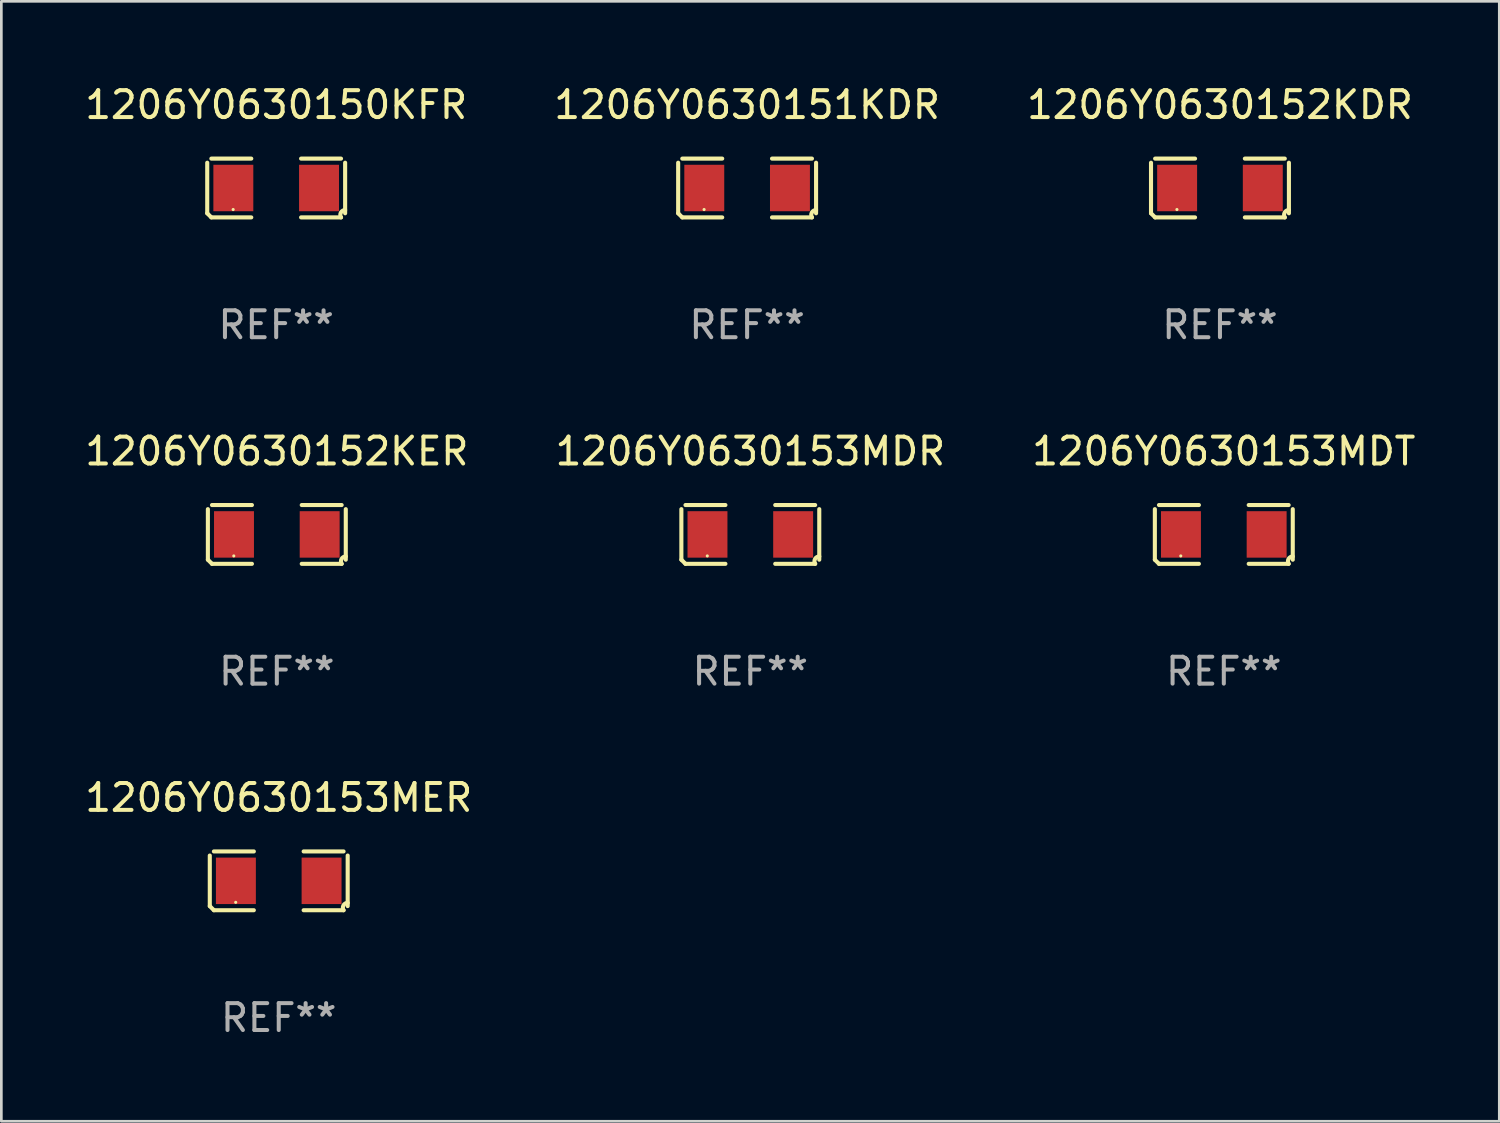
<source format=kicad_pcb>
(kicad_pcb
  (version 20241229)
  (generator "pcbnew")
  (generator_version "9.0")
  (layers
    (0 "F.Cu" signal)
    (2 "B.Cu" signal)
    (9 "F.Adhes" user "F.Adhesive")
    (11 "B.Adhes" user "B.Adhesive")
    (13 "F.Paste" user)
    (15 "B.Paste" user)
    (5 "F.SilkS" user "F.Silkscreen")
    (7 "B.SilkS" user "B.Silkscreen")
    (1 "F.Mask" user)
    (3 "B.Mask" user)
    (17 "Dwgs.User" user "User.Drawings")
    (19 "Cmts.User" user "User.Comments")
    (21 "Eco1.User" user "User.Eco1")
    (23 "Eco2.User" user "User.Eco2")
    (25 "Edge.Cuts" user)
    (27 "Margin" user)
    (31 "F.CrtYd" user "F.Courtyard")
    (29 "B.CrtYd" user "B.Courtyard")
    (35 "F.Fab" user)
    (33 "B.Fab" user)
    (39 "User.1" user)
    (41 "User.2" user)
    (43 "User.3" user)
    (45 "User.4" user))
  (footprint "1206Y0630152KDR"
    (layer "F.Cu")
    (at 42.315 3.941)
    (property "Reference" "1206Y0630152KDR" (at 0 -3.093 0) (layer "F.SilkS") (effects (font (size 1 1) (thickness 0.15))))
    (attr through_hole)
    (fp_line (start -2.564 0.94) (end -2.564 -0.94) (stroke (width 0.152) (type solid)) (layer "F.SilkS"))
    (fp_line (start -2.411 -1.093) (end -0.926 -1.093) (stroke (width 0.152) (type solid)) (layer "F.SilkS"))
    (fp_line (start -0.926 1.093) (end -2.411 1.093) (stroke (width 0.152) (type solid)) (layer "F.SilkS"))
    (fp_line (start 0.926 1.093) (end 2.411 1.093) (stroke (width 0.152) (type solid)) (layer "F.SilkS"))
    (fp_line (start 2.411 -1.093) (end 0.926 -1.093) (stroke (width 0.152) (type solid)) (layer "F.SilkS"))
    (fp_line (start 2.564 0.94) (end 2.564 -0.94) (stroke (width 0.152) (type solid)) (layer "F.SilkS"))
    (fp_arc (start -2.411201 1.092609) (mid -2.487413 1.01642) (end -2.563602 0.940208) (stroke (width 0.1524) (type solid)) (layer "F.SilkS"))
    (fp_arc (start 2.411201 1.092609) (mid 2.407159 0.911226) (end 2.563602 0.819347) (stroke (width 0.1524) (type solid)) (layer "F.SilkS"))
    (fp_circle (center -1.6 0.8) (end -1.57 0.8) (stroke (width 0.06) (type solid)) (fill no) (layer "F.SilkS"))
    (fp_text user "REF**" (at 0 5.093 0) (layer "F.Fab") (effects (font (size 1 1) (thickness 0.15))))
    (pad "1" smd rect (at -1.593 0) (size 1.485 1.728) (layers "F.Cu" "F.Mask" "F.Paste"))
    (pad "2" smd rect (at 1.593 0) (size 1.485 1.728) (layers "F.Cu" "F.Mask" "F.Paste")))
  (footprint "1206Y0630151KDR"
    (layer "F.Cu")
    (at 24.732 3.941)
    (property "Reference" "1206Y0630151KDR" (at 0 -3.093 0) (layer "F.SilkS") (effects (font (size 1 1) (thickness 0.15))))
    (attr through_hole)
    (fp_line (start -2.564 0.94) (end -2.564 -0.94) (stroke (width 0.152) (type solid)) (layer "F.SilkS"))
    (fp_line (start -2.411 -1.093) (end -0.926 -1.093) (stroke (width 0.152) (type solid)) (layer "F.SilkS"))
    (fp_line (start -0.926 1.093) (end -2.411 1.093) (stroke (width 0.152) (type solid)) (layer "F.SilkS"))
    (fp_line (start 0.926 1.093) (end 2.411 1.093) (stroke (width 0.152) (type solid)) (layer "F.SilkS"))
    (fp_line (start 2.411 -1.093) (end 0.926 -1.093) (stroke (width 0.152) (type solid)) (layer "F.SilkS"))
    (fp_line (start 2.564 0.94) (end 2.564 -0.94) (stroke (width 0.152) (type solid)) (layer "F.SilkS"))
    (fp_arc (start -2.411201 1.092609) (mid -2.487413 1.01642) (end -2.563602 0.940208) (stroke (width 0.1524) (type solid)) (layer "F.SilkS"))
    (fp_arc (start 2.411201 1.092609) (mid 2.407159 0.911226) (end 2.563602 0.819347) (stroke (width 0.1524) (type solid)) (layer "F.SilkS"))
    (fp_circle (center -1.6 0.8) (end -1.57 0.8) (stroke (width 0.06) (type solid)) (fill no) (layer "F.SilkS"))
    (fp_text user "REF**" (at 0 5.093 0) (layer "F.Fab") (effects (font (size 1 1) (thickness 0.15))))
    (pad "1" smd rect (at -1.593 0) (size 1.485 1.728) (layers "F.Cu" "F.Mask" "F.Paste"))
    (pad "2" smd rect (at 1.593 0) (size 1.485 1.728) (layers "F.Cu" "F.Mask" "F.Paste")))
  (footprint "1206Y0630153MER"
    (layer "F.Cu")
    (at 7.315 29.704)
    (property "Reference" "1206Y0630153MER" (at 0 -3.093 0) (layer "F.SilkS") (effects (font (size 1 1) (thickness 0.15))))
    (attr through_hole)
    (fp_line (start -2.564 0.94) (end -2.564 -0.94) (stroke (width 0.152) (type solid)) (layer "F.SilkS"))
    (fp_line (start -2.411 -1.093) (end -0.926 -1.093) (stroke (width 0.152) (type solid)) (layer "F.SilkS"))
    (fp_line (start -0.926 1.093) (end -2.411 1.093) (stroke (width 0.152) (type solid)) (layer "F.SilkS"))
    (fp_line (start 0.926 1.093) (end 2.411 1.093) (stroke (width 0.152) (type solid)) (layer "F.SilkS"))
    (fp_line (start 2.411 -1.093) (end 0.926 -1.093) (stroke (width 0.152) (type solid)) (layer "F.SilkS"))
    (fp_line (start 2.564 0.94) (end 2.564 -0.94) (stroke (width 0.152) (type solid)) (layer "F.SilkS"))
    (fp_arc (start -2.411201 1.092609) (mid -2.487413 1.01642) (end -2.563602 0.940208) (stroke (width 0.1524) (type solid)) (layer "F.SilkS"))
    (fp_arc (start 2.411201 1.092609) (mid 2.407159 0.911226) (end 2.563602 0.819347) (stroke (width 0.1524) (type solid)) (layer "F.SilkS"))
    (fp_circle (center -1.6 0.8) (end -1.57 0.8) (stroke (width 0.06) (type solid)) (fill no) (layer "F.SilkS"))
    (fp_text user "REF**" (at 0 5.093 0) (layer "F.Fab") (effects (font (size 1 1) (thickness 0.15))))
    (pad "1" smd rect (at -1.593 0) (size 1.485 1.728) (layers "F.Cu" "F.Mask" "F.Paste"))
    (pad "2" smd rect (at 1.593 0) (size 1.485 1.728) (layers "F.Cu" "F.Mask" "F.Paste")))
  (footprint "1206Y0630153MDT"
    (layer "F.Cu")
    (at 42.458 16.823)
    (property "Reference" "1206Y0630153MDT" (at 0 -3.093 0) (layer "F.SilkS") (effects (font (size 1 1) (thickness 0.15))))
    (attr through_hole)
    (fp_line (start -2.564 0.94) (end -2.564 -0.94) (stroke (width 0.152) (type solid)) (layer "F.SilkS"))
    (fp_line (start -2.411 -1.093) (end -0.926 -1.093) (stroke (width 0.152) (type solid)) (layer "F.SilkS"))
    (fp_line (start -0.926 1.093) (end -2.411 1.093) (stroke (width 0.152) (type solid)) (layer "F.SilkS"))
    (fp_line (start 0.926 1.093) (end 2.411 1.093) (stroke (width 0.152) (type solid)) (layer "F.SilkS"))
    (fp_line (start 2.411 -1.093) (end 0.926 -1.093) (stroke (width 0.152) (type solid)) (layer "F.SilkS"))
    (fp_line (start 2.564 0.94) (end 2.564 -0.94) (stroke (width 0.152) (type solid)) (layer "F.SilkS"))
    (fp_arc (start -2.411201 1.092609) (mid -2.487413 1.01642) (end -2.563602 0.940208) (stroke (width 0.1524) (type solid)) (layer "F.SilkS"))
    (fp_arc (start 2.411201 1.092609) (mid 2.407159 0.911226) (end 2.563602 0.819347) (stroke (width 0.1524) (type solid)) (layer "F.SilkS"))
    (fp_circle (center -1.6 0.8) (end -1.57 0.8) (stroke (width 0.06) (type solid)) (fill no) (layer "F.SilkS"))
    (fp_text user "REF**" (at 0 5.093 0) (layer "F.Fab") (effects (font (size 1 1) (thickness 0.15))))
    (pad "1" smd rect (at -1.593 0) (size 1.485 1.728) (layers "F.Cu" "F.Mask" "F.Paste"))
    (pad "2" smd rect (at 1.593 0) (size 1.485 1.728) (layers "F.Cu" "F.Mask" "F.Paste")))
  (footprint "1206Y0630153MDR"
    (layer "F.Cu")
    (at 24.851 16.823)
    (property "Reference" "1206Y0630153MDR" (at 0 -3.093 0) (layer "F.SilkS") (effects (font (size 1 1) (thickness 0.15))))
    (attr through_hole)
    (fp_line (start -2.564 0.94) (end -2.564 -0.94) (stroke (width 0.152) (type solid)) (layer "F.SilkS"))
    (fp_line (start -2.411 -1.093) (end -0.926 -1.093) (stroke (width 0.152) (type solid)) (layer "F.SilkS"))
    (fp_line (start -0.926 1.093) (end -2.411 1.093) (stroke (width 0.152) (type solid)) (layer "F.SilkS"))
    (fp_line (start 0.926 1.093) (end 2.411 1.093) (stroke (width 0.152) (type solid)) (layer "F.SilkS"))
    (fp_line (start 2.411 -1.093) (end 0.926 -1.093) (stroke (width 0.152) (type solid)) (layer "F.SilkS"))
    (fp_line (start 2.564 0.94) (end 2.564 -0.94) (stroke (width 0.152) (type solid)) (layer "F.SilkS"))
    (fp_arc (start -2.411201 1.092609) (mid -2.487413 1.01642) (end -2.563602 0.940208) (stroke (width 0.1524) (type solid)) (layer "F.SilkS"))
    (fp_arc (start 2.411201 1.092609) (mid 2.407159 0.911226) (end 2.563602 0.819347) (stroke (width 0.1524) (type solid)) (layer "F.SilkS"))
    (fp_circle (center -1.6 0.8) (end -1.57 0.8) (stroke (width 0.06) (type solid)) (fill no) (layer "F.SilkS"))
    (fp_text user "REF**" (at 0 5.093 0) (layer "F.Fab") (effects (font (size 1 1) (thickness 0.15))))
    (pad "1" smd rect (at -1.593 0) (size 1.485 1.728) (layers "F.Cu" "F.Mask" "F.Paste"))
    (pad "2" smd rect (at 1.593 0) (size 1.485 1.728) (layers "F.Cu" "F.Mask" "F.Paste")))
  (footprint "1206Y0630152KER"
    (layer "F.Cu")
    (at 7.244 16.823)
    (property "Reference" "1206Y0630152KER" (at 0 -3.093 0) (layer "F.SilkS") (effects (font (size 1 1) (thickness 0.15))))
    (attr through_hole)
    (fp_line (start -2.564 0.94) (end -2.564 -0.94) (stroke (width 0.152) (type solid)) (layer "F.SilkS"))
    (fp_line (start -2.411 -1.093) (end -0.926 -1.093) (stroke (width 0.152) (type solid)) (layer "F.SilkS"))
    (fp_line (start -0.926 1.093) (end -2.411 1.093) (stroke (width 0.152) (type solid)) (layer "F.SilkS"))
    (fp_line (start 0.926 1.093) (end 2.411 1.093) (stroke (width 0.152) (type solid)) (layer "F.SilkS"))
    (fp_line (start 2.411 -1.093) (end 0.926 -1.093) (stroke (width 0.152) (type solid)) (layer "F.SilkS"))
    (fp_line (start 2.564 0.94) (end 2.564 -0.94) (stroke (width 0.152) (type solid)) (layer "F.SilkS"))
    (fp_arc (start -2.411201 1.092609) (mid -2.487413 1.01642) (end -2.563602 0.940208) (stroke (width 0.1524) (type solid)) (layer "F.SilkS"))
    (fp_arc (start 2.411201 1.092609) (mid 2.407159 0.911226) (end 2.563602 0.819347) (stroke (width 0.1524) (type solid)) (layer "F.SilkS"))
    (fp_circle (center -1.6 0.8) (end -1.57 0.8) (stroke (width 0.06) (type solid)) (fill no) (layer "F.SilkS"))
    (fp_text user "REF**" (at 0 5.093 0) (layer "F.Fab") (effects (font (size 1 1) (thickness 0.15))))
    (pad "1" smd rect (at -1.593 0) (size 1.485 1.728) (layers "F.Cu" "F.Mask" "F.Paste"))
    (pad "2" smd rect (at 1.593 0) (size 1.485 1.728) (layers "F.Cu" "F.Mask" "F.Paste")))
  (footprint "1206Y0630150KFR"
    (layer "F.Cu")
    (at 7.22 3.941)
    (property "Reference" "1206Y0630150KFR" (at 0 -3.093 0) (layer "F.SilkS") (effects (font (size 1 1) (thickness 0.15))))
    (attr through_hole)
    (fp_line (start -2.564 0.94) (end -2.564 -0.94) (stroke (width 0.152) (type solid)) (layer "F.SilkS"))
    (fp_line (start -2.411 -1.093) (end -0.926 -1.093) (stroke (width 0.152) (type solid)) (layer "F.SilkS"))
    (fp_line (start -0.926 1.093) (end -2.411 1.093) (stroke (width 0.152) (type solid)) (layer "F.SilkS"))
    (fp_line (start 0.926 1.093) (end 2.411 1.093) (stroke (width 0.152) (type solid)) (layer "F.SilkS"))
    (fp_line (start 2.411 -1.093) (end 0.926 -1.093) (stroke (width 0.152) (type solid)) (layer "F.SilkS"))
    (fp_line (start 2.564 0.94) (end 2.564 -0.94) (stroke (width 0.152) (type solid)) (layer "F.SilkS"))
    (fp_arc (start -2.411201 1.092609) (mid -2.487413 1.01642) (end -2.563602 0.940208) (stroke (width 0.1524) (type solid)) (layer "F.SilkS"))
    (fp_arc (start 2.411201 1.092609) (mid 2.407159 0.911226) (end 2.563602 0.819347) (stroke (width 0.1524) (type solid)) (layer "F.SilkS"))
    (fp_circle (center -1.6 0.8) (end -1.57 0.8) (stroke (width 0.06) (type solid)) (fill no) (layer "F.SilkS"))
    (fp_text user "REF**" (at 0 5.093 0) (layer "F.Fab") (effects (font (size 1 1) (thickness 0.15))))
    (pad "1" smd rect (at -1.593 0) (size 1.485 1.728) (layers "F.Cu" "F.Mask" "F.Paste"))
    (pad "2" smd rect (at 1.593 0) (size 1.485 1.728) (layers "F.Cu" "F.Mask" "F.Paste")))
  (gr_rect
    (start -3 -3)
    (end 52.702 38.645)
    (stroke (width 0.1) (type default))
    (fill no)
    (layer "Edge.Cuts")))
</source>
